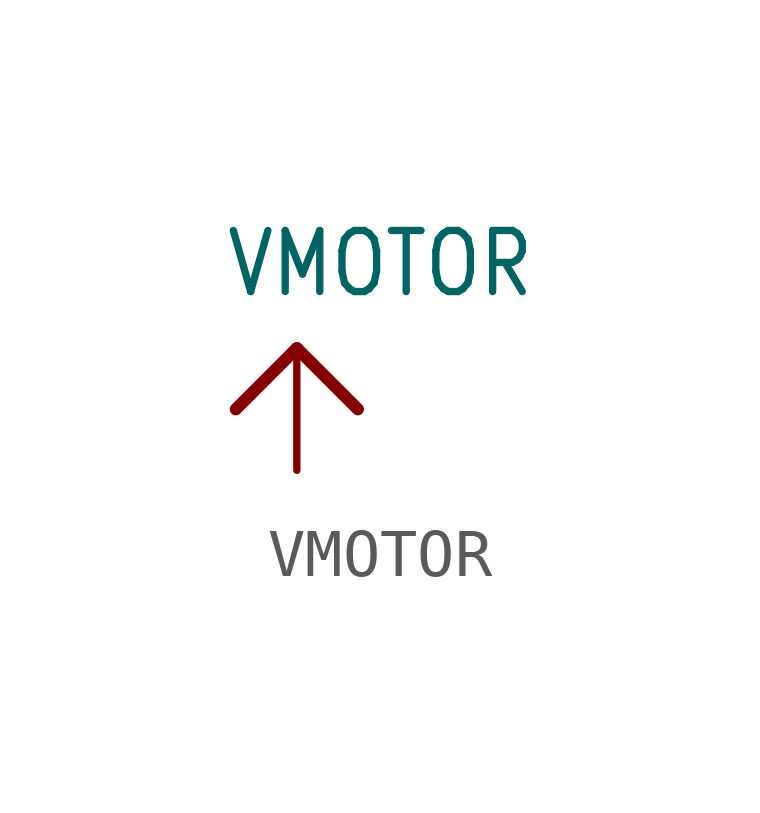
<source format=kicad_sym>
(kicad_symbol_lib
  (version 20220914)
  (generator kicad_symbol_editor)
  (symbol "VMOTOR"
    (power)
    (property "Reference" ""
      (at 0 0 0)
      (effects (font (size 1.27 1.27)) hide))
    (property "Value" "VMOTOR"
      (at -1.524 1.016 0)
      (effects (font (size 1.27 1.079)) (justify left bottom)))
    (property "ki_locked" ""
      (at 0 0 0)
      (effects (font (size 1.27 1.27))))
    (symbol "VMOTOR_1_0"
      (polyline (pts (xy -1.27 -1.27) (xy 0 0)) (stroke (width 0.254) (type solid)) (fill (type none)))
      (polyline (pts (xy 0 0) (xy 1.27 -1.27)) (stroke (width 0.254) (type solid)) (fill (type none)))
      (pin power_in line (at 0 -2.54 90) (length 2.54) (name "VMOTOR" (effects (font (size 0 0)))) (number "1" (effects (font (size 0 0))))))))
</source>
